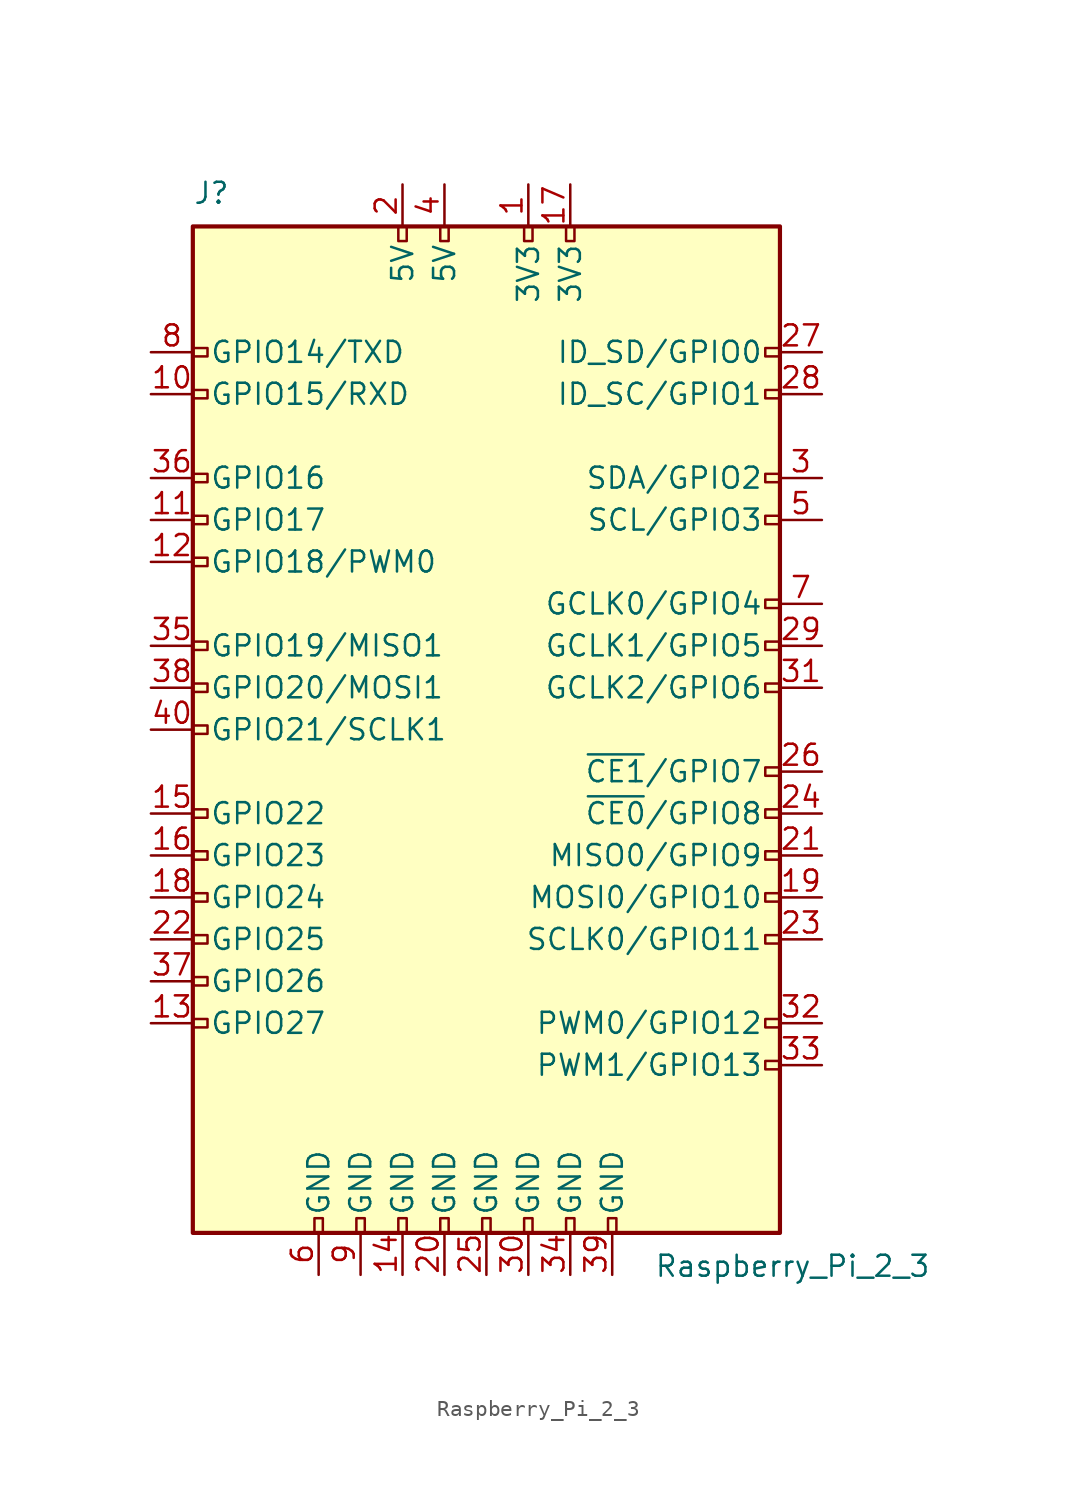
<source format=kicad_sym>
(kicad_symbol_lib
  (version 20220914)
  (generator kicad_symbol_editor)
  (symbol "Raspberry_Pi_2_3"
    (pin_names
      (offset 1.016))
    (property "Reference" "J"
      (at -17.78 31.75 0)
      (effects (font (size 1.27 1.27)) (justify left bottom)))
    (property "Value" "Raspberry_Pi_2_3"
      (at 10.16 -31.75 0)
      (effects (font (size 1.27 1.27)) (justify left top)))
    (symbol "Raspberry_Pi_2_3_0_1"
      (rectangle (start -17.78 30.48) (end 17.78 -30.48) (stroke (width 0.254) (type solid)) (fill (type background))))
    (symbol "Raspberry_Pi_2_3_1_1"
      (rectangle (start -16.891 -17.526) (end -17.78 -18.034) (stroke (width 0) (type solid)) (fill (type none)))
      (rectangle (start -16.891 -14.986) (end -17.78 -15.494) (stroke (width 0) (type solid)) (fill (type none)))
      (rectangle (start -16.891 -12.446) (end -17.78 -12.954) (stroke (width 0) (type solid)) (fill (type none)))
      (rectangle (start -16.891 -9.906) (end -17.78 -10.414) (stroke (width 0) (type solid)) (fill (type none)))
      (rectangle (start -16.891 -7.366) (end -17.78 -7.874) (stroke (width 0) (type solid)) (fill (type none)))
      (rectangle (start -16.891 -4.826) (end -17.78 -5.334) (stroke (width 0) (type solid)) (fill (type none)))
      (rectangle (start -16.891 0.254) (end -17.78 -0.254) (stroke (width 0) (type solid)) (fill (type none)))
      (rectangle (start -16.891 2.794) (end -17.78 2.286) (stroke (width 0) (type solid)) (fill (type none)))
      (rectangle (start -16.891 5.334) (end -17.78 4.826) (stroke (width 0) (type solid)) (fill (type none)))
      (rectangle (start -16.891 10.414) (end -17.78 9.906) (stroke (width 0) (type solid)) (fill (type none)))
      (rectangle (start -16.891 12.954) (end -17.78 12.446) (stroke (width 0) (type solid)) (fill (type none)))
      (rectangle (start -16.891 15.494) (end -17.78 14.986) (stroke (width 0) (type solid)) (fill (type none)))
      (rectangle (start -16.891 20.574) (end -17.78 20.066) (stroke (width 0) (type solid)) (fill (type none)))
      (rectangle (start -16.891 23.114) (end -17.78 22.606) (stroke (width 0) (type solid)) (fill (type none)))
      (rectangle (start -10.414 -29.591) (end -9.906 -30.48) (stroke (width 0) (type solid)) (fill (type none)))
      (rectangle (start -7.874 -29.591) (end -7.366 -30.48) (stroke (width 0) (type solid)) (fill (type none)))
      (rectangle (start -5.334 -29.591) (end -4.826 -30.48) (stroke (width 0) (type solid)) (fill (type none)))
      (rectangle (start -5.334 30.48) (end -4.826 29.591) (stroke (width 0) (type solid)) (fill (type none)))
      (rectangle (start -2.794 -29.591) (end -2.286 -30.48) (stroke (width 0) (type solid)) (fill (type none)))
      (rectangle (start -2.794 30.48) (end -2.286 29.591) (stroke (width 0) (type solid)) (fill (type none)))
      (rectangle (start -0.254 -29.591) (end 0.254 -30.48) (stroke (width 0) (type solid)) (fill (type none)))
      (rectangle (start 2.286 -29.591) (end 2.794 -30.48) (stroke (width 0) (type solid)) (fill (type none)))
      (rectangle (start 2.286 30.48) (end 2.794 29.591) (stroke (width 0) (type solid)) (fill (type none)))
      (rectangle (start 4.826 -29.591) (end 5.334 -30.48) (stroke (width 0) (type solid)) (fill (type none)))
      (rectangle (start 4.826 30.48) (end 5.334 29.591) (stroke (width 0) (type solid)) (fill (type none)))
      (rectangle (start 7.366 -29.591) (end 7.874 -30.48) (stroke (width 0) (type solid)) (fill (type none)))
      (rectangle (start 17.78 -20.066) (end 16.891 -20.574) (stroke (width 0) (type solid)) (fill (type none)))
      (rectangle (start 17.78 -17.526) (end 16.891 -18.034) (stroke (width 0) (type solid)) (fill (type none)))
      (rectangle (start 17.78 -12.446) (end 16.891 -12.954) (stroke (width 0) (type solid)) (fill (type none)))
      (rectangle (start 17.78 -9.906) (end 16.891 -10.414) (stroke (width 0) (type solid)) (fill (type none)))
      (rectangle (start 17.78 -7.366) (end 16.891 -7.874) (stroke (width 0) (type solid)) (fill (type none)))
      (rectangle (start 17.78 -4.826) (end 16.891 -5.334) (stroke (width 0) (type solid)) (fill (type none)))
      (rectangle (start 17.78 -2.286) (end 16.891 -2.794) (stroke (width 0) (type solid)) (fill (type none)))
      (rectangle (start 17.78 2.794) (end 16.891 2.286) (stroke (width 0) (type solid)) (fill (type none)))
      (rectangle (start 17.78 5.334) (end 16.891 4.826) (stroke (width 0) (type solid)) (fill (type none)))
      (rectangle (start 17.78 7.874) (end 16.891 7.366) (stroke (width 0) (type solid)) (fill (type none)))
      (rectangle (start 17.78 12.954) (end 16.891 12.446) (stroke (width 0) (type solid)) (fill (type none)))
      (rectangle (start 17.78 15.494) (end 16.891 14.986) (stroke (width 0) (type solid)) (fill (type none)))
      (rectangle (start 17.78 20.574) (end 16.891 20.066) (stroke (width 0) (type solid)) (fill (type none)))
      (rectangle (start 17.78 23.114) (end 16.891 22.606) (stroke (width 0) (type solid)) (fill (type none)))
      (pin power_in line (at 2.54 33.02 270) (length 2.54) (name "3V3" (effects (font (size 1.27 1.27)))) (number "1" (effects (font (size 1.27 1.27)))))
      (pin bidirectional line (at -20.32 20.32 0) (length 2.54) (name "GPIO15/RXD" (effects (font (size 1.27 1.27)))) (number "10" (effects (font (size 1.27 1.27)))))
      (pin bidirectional line (at -20.32 12.7 0) (length 2.54) (name "GPIO17" (effects (font (size 1.27 1.27)))) (number "11" (effects (font (size 1.27 1.27)))))
      (pin bidirectional line (at -20.32 10.16 0) (length 2.54) (name "GPIO18/PWM0" (effects (font (size 1.27 1.27)))) (number "12" (effects (font (size 1.27 1.27)))))
      (pin bidirectional line (at -20.32 -17.78 0) (length 2.54) (name "GPIO27" (effects (font (size 1.27 1.27)))) (number "13" (effects (font (size 1.27 1.27)))))
      (pin power_in line (at -5.08 -33.02 90) (length 2.54) (name "GND" (effects (font (size 1.27 1.27)))) (number "14" (effects (font (size 1.27 1.27)))))
      (pin bidirectional line (at -20.32 -5.08 0) (length 2.54) (name "GPIO22" (effects (font (size 1.27 1.27)))) (number "15" (effects (font (size 1.27 1.27)))))
      (pin bidirectional line (at -20.32 -7.62 0) (length 2.54) (name "GPIO23" (effects (font (size 1.27 1.27)))) (number "16" (effects (font (size 1.27 1.27)))))
      (pin power_in line (at 5.08 33.02 270) (length 2.54) (name "3V3" (effects (font (size 1.27 1.27)))) (number "17" (effects (font (size 1.27 1.27)))))
      (pin bidirectional line (at -20.32 -10.16 0) (length 2.54) (name "GPIO24" (effects (font (size 1.27 1.27)))) (number "18" (effects (font (size 1.27 1.27)))))
      (pin bidirectional line (at 20.32 -10.16 180) (length 2.54) (name "MOSI0/GPIO10" (effects (font (size 1.27 1.27)))) (number "19" (effects (font (size 1.27 1.27)))))
      (pin power_in line (at -5.08 33.02 270) (length 2.54) (name "5V" (effects (font (size 1.27 1.27)))) (number "2" (effects (font (size 1.27 1.27)))))
      (pin power_in line (at -2.54 -33.02 90) (length 2.54) (name "GND" (effects (font (size 1.27 1.27)))) (number "20" (effects (font (size 1.27 1.27)))))
      (pin bidirectional line (at 20.32 -7.62 180) (length 2.54) (name "MISO0/GPIO9" (effects (font (size 1.27 1.27)))) (number "21" (effects (font (size 1.27 1.27)))))
      (pin bidirectional line (at -20.32 -12.7 0) (length 2.54) (name "GPIO25" (effects (font (size 1.27 1.27)))) (number "22" (effects (font (size 1.27 1.27)))))
      (pin bidirectional line (at 20.32 -12.7 180) (length 2.54) (name "SCLK0/GPIO11" (effects (font (size 1.27 1.27)))) (number "23" (effects (font (size 1.27 1.27)))))
      (pin bidirectional line (at 20.32 -5.08 180) (length 2.54) (name "~{CE0}/GPIO8" (effects (font (size 1.27 1.27)))) (number "24" (effects (font (size 1.27 1.27)))))
      (pin power_in line (at 0 -33.02 90) (length 2.54) (name "GND" (effects (font (size 1.27 1.27)))) (number "25" (effects (font (size 1.27 1.27)))))
      (pin bidirectional line (at 20.32 -2.54 180) (length 2.54) (name "~{CE1}/GPIO7" (effects (font (size 1.27 1.27)))) (number "26" (effects (font (size 1.27 1.27)))))
      (pin bidirectional line (at 20.32 22.86 180) (length 2.54) (name "ID_SD/GPIO0" (effects (font (size 1.27 1.27)))) (number "27" (effects (font (size 1.27 1.27)))))
      (pin bidirectional line (at 20.32 20.32 180) (length 2.54) (name "ID_SC/GPIO1" (effects (font (size 1.27 1.27)))) (number "28" (effects (font (size 1.27 1.27)))))
      (pin bidirectional line (at 20.32 5.08 180) (length 2.54) (name "GCLK1/GPIO5" (effects (font (size 1.27 1.27)))) (number "29" (effects (font (size 1.27 1.27)))))
      (pin bidirectional line (at 20.32 15.24 180) (length 2.54) (name "SDA/GPIO2" (effects (font (size 1.27 1.27)))) (number "3" (effects (font (size 1.27 1.27)))))
      (pin power_in line (at 2.54 -33.02 90) (length 2.54) (name "GND" (effects (font (size 1.27 1.27)))) (number "30" (effects (font (size 1.27 1.27)))))
      (pin bidirectional line (at 20.32 2.54 180) (length 2.54) (name "GCLK2/GPIO6" (effects (font (size 1.27 1.27)))) (number "31" (effects (font (size 1.27 1.27)))))
      (pin bidirectional line (at 20.32 -17.78 180) (length 2.54) (name "PWM0/GPIO12" (effects (font (size 1.27 1.27)))) (number "32" (effects (font (size 1.27 1.27)))))
      (pin bidirectional line (at 20.32 -20.32 180) (length 2.54) (name "PWM1/GPIO13" (effects (font (size 1.27 1.27)))) (number "33" (effects (font (size 1.27 1.27)))))
      (pin power_in line (at 5.08 -33.02 90) (length 2.54) (name "GND" (effects (font (size 1.27 1.27)))) (number "34" (effects (font (size 1.27 1.27)))))
      (pin bidirectional line (at -20.32 5.08 0) (length 2.54) (name "GPIO19/MISO1" (effects (font (size 1.27 1.27)))) (number "35" (effects (font (size 1.27 1.27)))))
      (pin bidirectional line (at -20.32 15.24 0) (length 2.54) (name "GPIO16" (effects (font (size 1.27 1.27)))) (number "36" (effects (font (size 1.27 1.27)))))
      (pin bidirectional line (at -20.32 -15.24 0) (length 2.54) (name "GPIO26" (effects (font (size 1.27 1.27)))) (number "37" (effects (font (size 1.27 1.27)))))
      (pin bidirectional line (at -20.32 2.54 0) (length 2.54) (name "GPIO20/MOSI1" (effects (font (size 1.27 1.27)))) (number "38" (effects (font (size 1.27 1.27)))))
      (pin power_in line (at 7.62 -33.02 90) (length 2.54) (name "GND" (effects (font (size 1.27 1.27)))) (number "39" (effects (font (size 1.27 1.27)))))
      (pin power_in line (at -2.54 33.02 270) (length 2.54) (name "5V" (effects (font (size 1.27 1.27)))) (number "4" (effects (font (size 1.27 1.27)))))
      (pin bidirectional line (at -20.32 0 0) (length 2.54) (name "GPIO21/SCLK1" (effects (font (size 1.27 1.27)))) (number "40" (effects (font (size 1.27 1.27)))))
      (pin bidirectional line (at 20.32 12.7 180) (length 2.54) (name "SCL/GPIO3" (effects (font (size 1.27 1.27)))) (number "5" (effects (font (size 1.27 1.27)))))
      (pin power_in line (at -10.16 -33.02 90) (length 2.54) (name "GND" (effects (font (size 1.27 1.27)))) (number "6" (effects (font (size 1.27 1.27)))))
      (pin bidirectional line (at 20.32 7.62 180) (length 2.54) (name "GCLK0/GPIO4" (effects (font (size 1.27 1.27)))) (number "7" (effects (font (size 1.27 1.27)))))
      (pin bidirectional line (at -20.32 22.86 0) (length 2.54) (name "GPIO14/TXD" (effects (font (size 1.27 1.27)))) (number "8" (effects (font (size 1.27 1.27)))))
      (pin power_in line (at -7.62 -33.02 90) (length 2.54) (name "GND" (effects (font (size 1.27 1.27)))) (number "9" (effects (font (size 1.27 1.27))))))))
</source>
